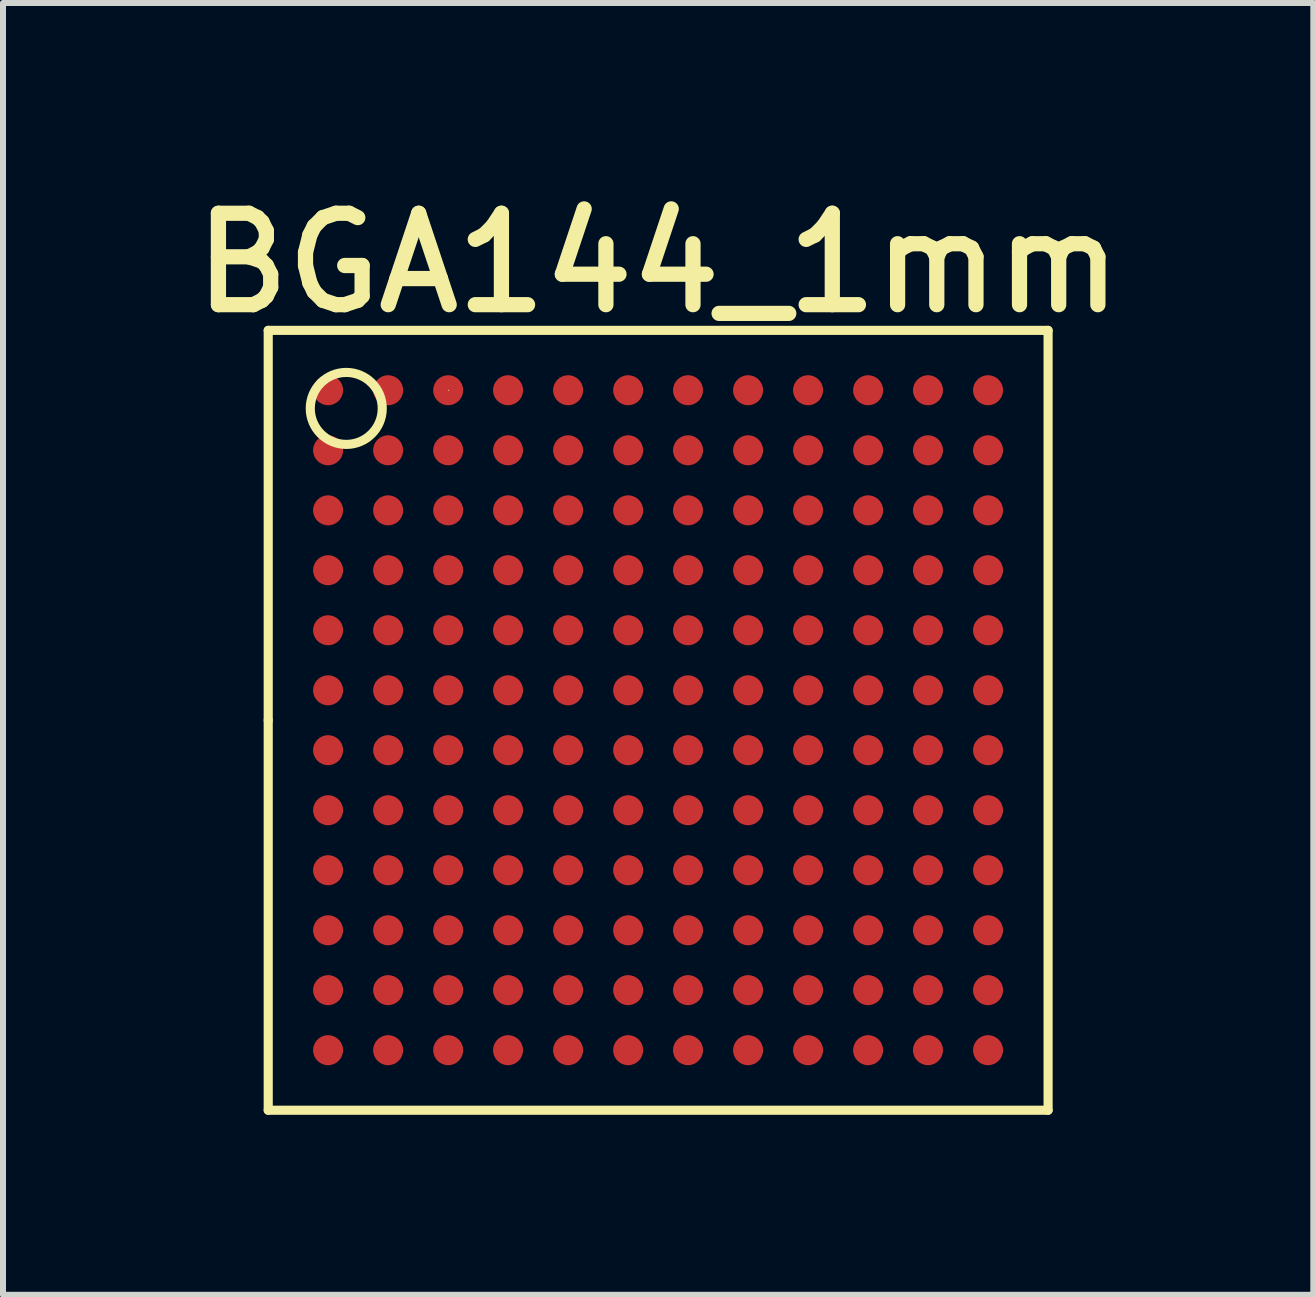
<source format=kicad_pcb>
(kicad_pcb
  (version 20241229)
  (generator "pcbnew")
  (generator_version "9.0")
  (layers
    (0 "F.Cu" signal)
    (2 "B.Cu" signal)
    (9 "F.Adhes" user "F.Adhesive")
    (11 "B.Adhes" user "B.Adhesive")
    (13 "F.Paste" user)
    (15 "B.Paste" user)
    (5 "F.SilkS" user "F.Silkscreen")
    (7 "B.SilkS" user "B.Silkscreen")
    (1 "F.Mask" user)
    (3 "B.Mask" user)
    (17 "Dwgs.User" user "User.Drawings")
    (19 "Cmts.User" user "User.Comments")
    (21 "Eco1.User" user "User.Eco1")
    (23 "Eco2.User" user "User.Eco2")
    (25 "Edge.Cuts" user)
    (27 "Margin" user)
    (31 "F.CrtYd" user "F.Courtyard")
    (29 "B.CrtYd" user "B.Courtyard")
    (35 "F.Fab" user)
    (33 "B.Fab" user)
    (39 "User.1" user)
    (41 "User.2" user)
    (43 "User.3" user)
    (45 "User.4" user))
  (footprint "BGA144_1mm"
    (layer "F.Cu")
    (at 7.921 8.957)
    (property "Reference" "BGA144_1mm" (at 0 -7.62 0) (layer "F.SilkS") (effects (font (size 1.524 1.524) (thickness 0.254))))
    (attr smd)
    (fp_line (start -6.5 -6.5) (end 6.5 -6.5) (stroke (width 0.152) (type solid)) (layer "F.SilkS"))
    (fp_line (start -6.5 0) (end -6.5 -6.5) (stroke (width 0.152) (type solid)) (layer "F.SilkS"))
    (fp_line (start -6.5 6.5) (end -6.5 0) (stroke (width 0.152) (type solid)) (layer "F.SilkS"))
    (fp_line (start -3.5 -5.502) (end -3.49 -5.502) (stroke (width 0.013) (type solid)) (layer "F.SilkS"))
    (fp_line (start 6.5 -6.5) (end 6.5 6.5) (stroke (width 0.152) (type solid)) (layer "F.SilkS"))
    (fp_line (start 6.5 6.5) (end -6.5 6.5) (stroke (width 0.152) (type solid)) (layer "F.SilkS"))
    (fp_circle (center -5.199 -5.199) (end -5.199 -5.799) (stroke (width 0.152) (type solid)) (fill no) (layer "F.SilkS"))
    (pad "A1" smd circle (at -5.502 -5.502) (size 0.5 0.5) (layers "F.Cu" "F.Mask" "F.Paste"))
    (pad "A2" smd circle (at -4.501 -5.502) (size 0.5 0.5) (layers "F.Cu" "F.Mask" "F.Paste"))
    (pad "A3" smd circle (at -3.5 -5.502) (size 0.5 0.5) (layers "F.Cu" "F.Mask" "F.Paste"))
    (pad "A4" smd circle (at -2.502 -5.502) (size 0.5 0.5) (layers "F.Cu" "F.Mask" "F.Paste"))
    (pad "A5" smd circle (at -1.501 -5.502) (size 0.5 0.5) (layers "F.Cu" "F.Mask" "F.Paste"))
    (pad "A6" smd circle (at -0.5 -5.502) (size 0.5 0.5) (layers "F.Cu" "F.Mask" "F.Paste"))
    (pad "A7" smd circle (at 0.498 -5.502) (size 0.5 0.5) (layers "F.Cu" "F.Mask" "F.Paste"))
    (pad "A8" smd circle (at 1.499 -5.502) (size 0.5 0.5) (layers "F.Cu" "F.Mask" "F.Paste"))
    (pad "A9" smd circle (at 2.499 -5.502) (size 0.5 0.5) (layers "F.Cu" "F.Mask" "F.Paste"))
    (pad "A10" smd circle (at 3.5 -5.502) (size 0.5 0.5) (layers "F.Cu" "F.Mask" "F.Paste"))
    (pad "A11" smd circle (at 4.498 -5.502) (size 0.5 0.5) (layers "F.Cu" "F.Mask" "F.Paste"))
    (pad "A12" smd circle (at 5.499 -5.502) (size 0.5 0.5) (layers "F.Cu" "F.Mask" "F.Paste"))
    (pad "B1" smd circle (at -5.502 -4.501) (size 0.5 0.5) (layers "F.Cu" "F.Mask" "F.Paste"))
    (pad "B2" smd circle (at -4.501 -4.501) (size 0.5 0.5) (layers "F.Cu" "F.Mask" "F.Paste"))
    (pad "B3" smd circle (at -3.5 -4.501) (size 0.5 0.5) (layers "F.Cu" "F.Mask" "F.Paste"))
    (pad "B4" smd circle (at -2.502 -4.501) (size 0.5 0.5) (layers "F.Cu" "F.Mask" "F.Paste"))
    (pad "B5" smd circle (at -1.501 -4.501) (size 0.5 0.5) (layers "F.Cu" "F.Mask" "F.Paste"))
    (pad "B6" smd circle (at -0.5 -4.501) (size 0.5 0.5) (layers "F.Cu" "F.Mask" "F.Paste"))
    (pad "B7" smd circle (at 0.498 -4.501) (size 0.5 0.5) (layers "F.Cu" "F.Mask" "F.Paste"))
    (pad "B8" smd circle (at 1.499 -4.501) (size 0.5 0.5) (layers "F.Cu" "F.Mask" "F.Paste"))
    (pad "B9" smd circle (at 2.499 -4.501) (size 0.5 0.5) (layers "F.Cu" "F.Mask" "F.Paste"))
    (pad "B10" smd circle (at 3.5 -4.501) (size 0.5 0.5) (layers "F.Cu" "F.Mask" "F.Paste"))
    (pad "B11" smd circle (at 4.498 -4.501) (size 0.5 0.5) (layers "F.Cu" "F.Mask" "F.Paste"))
    (pad "B12" smd circle (at 5.499 -4.501) (size 0.5 0.5) (layers "F.Cu" "F.Mask" "F.Paste"))
    (pad "C1" smd circle (at -5.502 -3.5) (size 0.5 0.5) (layers "F.Cu" "F.Mask" "F.Paste"))
    (pad "C2" smd circle (at -4.501 -3.5) (size 0.5 0.5) (layers "F.Cu" "F.Mask" "F.Paste"))
    (pad "C3" smd circle (at -3.5 -3.5) (size 0.5 0.5) (layers "F.Cu" "F.Mask" "F.Paste"))
    (pad "C4" smd circle (at -2.502 -3.5) (size 0.5 0.5) (layers "F.Cu" "F.Mask" "F.Paste"))
    (pad "C5" smd circle (at -1.501 -3.5) (size 0.5 0.5) (layers "F.Cu" "F.Mask" "F.Paste"))
    (pad "C6" smd circle (at -0.5 -3.5) (size 0.5 0.5) (layers "F.Cu" "F.Mask" "F.Paste"))
    (pad "C7" smd circle (at 0.498 -3.5) (size 0.5 0.5) (layers "F.Cu" "F.Mask" "F.Paste"))
    (pad "C8" smd circle (at 1.499 -3.5) (size 0.5 0.5) (layers "F.Cu" "F.Mask" "F.Paste"))
    (pad "C9" smd circle (at 2.499 -3.5) (size 0.5 0.5) (layers "F.Cu" "F.Mask" "F.Paste"))
    (pad "C10" smd circle (at 3.5 -3.5) (size 0.5 0.5) (layers "F.Cu" "F.Mask" "F.Paste"))
    (pad "C11" smd circle (at 4.498 -3.5) (size 0.5 0.5) (layers "F.Cu" "F.Mask" "F.Paste"))
    (pad "C12" smd circle (at 5.499 -3.5) (size 0.5 0.5) (layers "F.Cu" "F.Mask" "F.Paste"))
    (pad "D1" smd circle (at -5.502 -2.502) (size 0.5 0.5) (layers "F.Cu" "F.Mask" "F.Paste"))
    (pad "D2" smd circle (at -4.501 -2.502) (size 0.5 0.5) (layers "F.Cu" "F.Mask" "F.Paste"))
    (pad "D3" smd circle (at -3.5 -2.502) (size 0.5 0.5) (layers "F.Cu" "F.Mask" "F.Paste"))
    (pad "D4" smd circle (at -2.502 -2.502) (size 0.5 0.5) (layers "F.Cu" "F.Mask" "F.Paste"))
    (pad "D5" smd circle (at -1.501 -2.502) (size 0.5 0.5) (layers "F.Cu" "F.Mask" "F.Paste"))
    (pad "D6" smd circle (at -0.5 -2.502) (size 0.5 0.5) (layers "F.Cu" "F.Mask" "F.Paste"))
    (pad "D7" smd circle (at 0.498 -2.502) (size 0.5 0.5) (layers "F.Cu" "F.Mask" "F.Paste"))
    (pad "D8" smd circle (at 1.499 -2.502) (size 0.5 0.5) (layers "F.Cu" "F.Mask" "F.Paste"))
    (pad "D9" smd circle (at 2.499 -2.502) (size 0.5 0.5) (layers "F.Cu" "F.Mask" "F.Paste"))
    (pad "D10" smd circle (at 3.5 -2.502) (size 0.5 0.5) (layers "F.Cu" "F.Mask" "F.Paste"))
    (pad "D11" smd circle (at 4.498 -2.502) (size 0.5 0.5) (layers "F.Cu" "F.Mask" "F.Paste"))
    (pad "D12" smd circle (at 5.499 -2.502) (size 0.5 0.5) (layers "F.Cu" "F.Mask" "F.Paste"))
    (pad "E1" smd circle (at -5.502 -1.501) (size 0.5 0.5) (layers "F.Cu" "F.Mask" "F.Paste"))
    (pad "E2" smd circle (at -4.501 -1.501) (size 0.5 0.5) (layers "F.Cu" "F.Mask" "F.Paste"))
    (pad "E3" smd circle (at -3.5 -1.501) (size 0.5 0.5) (layers "F.Cu" "F.Mask" "F.Paste"))
    (pad "E4" smd circle (at -2.502 -1.501) (size 0.5 0.5) (layers "F.Cu" "F.Mask" "F.Paste"))
    (pad "E5" smd circle (at -1.501 -1.501) (size 0.5 0.5) (layers "F.Cu" "F.Mask" "F.Paste"))
    (pad "E6" smd circle (at -0.5 -1.501) (size 0.5 0.5) (layers "F.Cu" "F.Mask" "F.Paste"))
    (pad "E7" smd circle (at 0.498 -1.501) (size 0.5 0.5) (layers "F.Cu" "F.Mask" "F.Paste"))
    (pad "E8" smd circle (at 1.499 -1.501) (size 0.5 0.5) (layers "F.Cu" "F.Mask" "F.Paste"))
    (pad "E9" smd circle (at 2.499 -1.501) (size 0.5 0.5) (layers "F.Cu" "F.Mask" "F.Paste"))
    (pad "E10" smd circle (at 3.5 -1.501) (size 0.5 0.5) (layers "F.Cu" "F.Mask" "F.Paste"))
    (pad "E11" smd circle (at 4.498 -1.501) (size 0.5 0.5) (layers "F.Cu" "F.Mask" "F.Paste"))
    (pad "E12" smd circle (at 5.499 -1.501) (size 0.5 0.5) (layers "F.Cu" "F.Mask" "F.Paste"))
    (pad "F1" smd circle (at -5.502 -0.5) (size 0.5 0.5) (layers "F.Cu" "F.Mask" "F.Paste"))
    (pad "F2" smd circle (at -4.501 -0.5) (size 0.5 0.5) (layers "F.Cu" "F.Mask" "F.Paste"))
    (pad "F3" smd circle (at -3.5 -0.5) (size 0.5 0.5) (layers "F.Cu" "F.Mask" "F.Paste"))
    (pad "F4" smd circle (at -2.502 -0.5) (size 0.5 0.5) (layers "F.Cu" "F.Mask" "F.Paste"))
    (pad "F5" smd circle (at -1.501 -0.5) (size 0.5 0.5) (layers "F.Cu" "F.Mask" "F.Paste"))
    (pad "F6" smd circle (at -0.5 -0.5) (size 0.5 0.5) (layers "F.Cu" "F.Mask" "F.Paste"))
    (pad "F7" smd circle (at 0.498 -0.5) (size 0.5 0.5) (layers "F.Cu" "F.Mask" "F.Paste"))
    (pad "F8" smd circle (at 1.499 -0.5) (size 0.5 0.5) (layers "F.Cu" "F.Mask" "F.Paste"))
    (pad "F9" smd circle (at 2.499 -0.5) (size 0.5 0.5) (layers "F.Cu" "F.Mask" "F.Paste"))
    (pad "F10" smd circle (at 3.5 -0.5) (size 0.5 0.5) (layers "F.Cu" "F.Mask" "F.Paste"))
    (pad "F11" smd circle (at 4.498 -0.5) (size 0.5 0.5) (layers "F.Cu" "F.Mask" "F.Paste"))
    (pad "F12" smd circle (at 5.499 -0.5) (size 0.5 0.5) (layers "F.Cu" "F.Mask" "F.Paste"))
    (pad "G1" smd circle (at -5.502 0.498) (size 0.5 0.5) (layers "F.Cu" "F.Mask" "F.Paste"))
    (pad "G2" smd circle (at -4.501 0.498) (size 0.5 0.5) (layers "F.Cu" "F.Mask" "F.Paste"))
    (pad "G3" smd circle (at -3.5 0.498) (size 0.5 0.5) (layers "F.Cu" "F.Mask" "F.Paste"))
    (pad "G4" smd circle (at -2.502 0.498) (size 0.5 0.5) (layers "F.Cu" "F.Mask" "F.Paste"))
    (pad "G5" smd circle (at -1.501 0.498) (size 0.5 0.5) (layers "F.Cu" "F.Mask" "F.Paste"))
    (pad "G6" smd circle (at -0.5 0.498) (size 0.5 0.5) (layers "F.Cu" "F.Mask" "F.Paste"))
    (pad "G7" smd circle (at 0.498 0.498) (size 0.5 0.5) (layers "F.Cu" "F.Mask" "F.Paste"))
    (pad "G8" smd circle (at 1.499 0.498) (size 0.5 0.5) (layers "F.Cu" "F.Mask" "F.Paste"))
    (pad "G9" smd circle (at 2.499 0.498) (size 0.5 0.5) (layers "F.Cu" "F.Mask" "F.Paste"))
    (pad "G10" smd circle (at 3.5 0.498) (size 0.5 0.5) (layers "F.Cu" "F.Mask" "F.Paste"))
    (pad "G11" smd circle (at 4.498 0.498) (size 0.5 0.5) (layers "F.Cu" "F.Mask" "F.Paste"))
    (pad "G12" smd circle (at 5.499 0.498) (size 0.5 0.5) (layers "F.Cu" "F.Mask" "F.Paste"))
    (pad "H1" smd circle (at -5.502 1.499) (size 0.5 0.5) (layers "F.Cu" "F.Mask" "F.Paste"))
    (pad "H2" smd circle (at -4.501 1.499) (size 0.5 0.5) (layers "F.Cu" "F.Mask" "F.Paste"))
    (pad "H3" smd circle (at -3.5 1.499) (size 0.5 0.5) (layers "F.Cu" "F.Mask" "F.Paste"))
    (pad "H4" smd circle (at -2.502 1.499) (size 0.5 0.5) (layers "F.Cu" "F.Mask" "F.Paste"))
    (pad "H5" smd circle (at -1.501 1.499) (size 0.5 0.5) (layers "F.Cu" "F.Mask" "F.Paste"))
    (pad "H6" smd circle (at -0.5 1.499) (size 0.5 0.5) (layers "F.Cu" "F.Mask" "F.Paste"))
    (pad "H7" smd circle (at 0.498 1.499) (size 0.5 0.5) (layers "F.Cu" "F.Mask" "F.Paste"))
    (pad "H8" smd circle (at 1.499 1.499) (size 0.5 0.5) (layers "F.Cu" "F.Mask" "F.Paste"))
    (pad "H9" smd circle (at 2.499 1.499) (size 0.5 0.5) (layers "F.Cu" "F.Mask" "F.Paste"))
    (pad "H10" smd circle (at 3.5 1.499) (size 0.5 0.5) (layers "F.Cu" "F.Mask" "F.Paste"))
    (pad "H11" smd circle (at 4.498 1.499) (size 0.5 0.5) (layers "F.Cu" "F.Mask" "F.Paste"))
    (pad "H12" smd circle (at 5.499 1.499) (size 0.5 0.5) (layers "F.Cu" "F.Mask" "F.Paste"))
    (pad "J1" smd circle (at -5.502 2.499) (size 0.5 0.5) (layers "F.Cu" "F.Mask" "F.Paste"))
    (pad "J2" smd circle (at -4.501 2.499) (size 0.5 0.5) (layers "F.Cu" "F.Mask" "F.Paste"))
    (pad "J3" smd circle (at -3.5 2.499) (size 0.5 0.5) (layers "F.Cu" "F.Mask" "F.Paste"))
    (pad "J4" smd circle (at -2.502 2.499) (size 0.5 0.5) (layers "F.Cu" "F.Mask" "F.Paste"))
    (pad "J5" smd circle (at -1.501 2.499) (size 0.5 0.5) (layers "F.Cu" "F.Mask" "F.Paste"))
    (pad "J6" smd circle (at -0.5 2.499) (size 0.5 0.5) (layers "F.Cu" "F.Mask" "F.Paste"))
    (pad "J7" smd circle (at 0.498 2.499) (size 0.5 0.5) (layers "F.Cu" "F.Mask" "F.Paste"))
    (pad "J8" smd circle (at 1.499 2.499) (size 0.5 0.5) (layers "F.Cu" "F.Mask" "F.Paste"))
    (pad "J9" smd circle (at 2.499 2.499) (size 0.5 0.5) (layers "F.Cu" "F.Mask" "F.Paste"))
    (pad "J10" smd circle (at 3.5 2.499) (size 0.5 0.5) (layers "F.Cu" "F.Mask" "F.Paste"))
    (pad "J11" smd circle (at 4.498 2.499) (size 0.5 0.5) (layers "F.Cu" "F.Mask" "F.Paste"))
    (pad "J12" smd circle (at 5.499 2.499) (size 0.5 0.5) (layers "F.Cu" "F.Mask" "F.Paste"))
    (pad "K1" smd circle (at -5.502 3.5) (size 0.5 0.5) (layers "F.Cu" "F.Mask" "F.Paste"))
    (pad "K2" smd circle (at -4.501 3.5) (size 0.5 0.5) (layers "F.Cu" "F.Mask" "F.Paste"))
    (pad "K3" smd circle (at -3.5 3.5) (size 0.5 0.5) (layers "F.Cu" "F.Mask" "F.Paste"))
    (pad "K4" smd circle (at -2.502 3.5) (size 0.5 0.5) (layers "F.Cu" "F.Mask" "F.Paste"))
    (pad "K5" smd circle (at -1.501 3.5) (size 0.5 0.5) (layers "F.Cu" "F.Mask" "F.Paste"))
    (pad "K6" smd circle (at -0.5 3.5) (size 0.5 0.5) (layers "F.Cu" "F.Mask" "F.Paste"))
    (pad "K7" smd circle (at 0.498 3.5) (size 0.5 0.5) (layers "F.Cu" "F.Mask" "F.Paste"))
    (pad "K8" smd circle (at 1.499 3.5) (size 0.5 0.5) (layers "F.Cu" "F.Mask" "F.Paste"))
    (pad "K9" smd circle (at 2.499 3.5) (size 0.5 0.5) (layers "F.Cu" "F.Mask" "F.Paste"))
    (pad "K10" smd circle (at 3.5 3.5) (size 0.5 0.5) (layers "F.Cu" "F.Mask" "F.Paste"))
    (pad "K11" smd circle (at 4.498 3.5) (size 0.5 0.5) (layers "F.Cu" "F.Mask" "F.Paste"))
    (pad "K12" smd circle (at 5.499 3.5) (size 0.5 0.5) (layers "F.Cu" "F.Mask" "F.Paste"))
    (pad "L1" smd circle (at -5.502 4.498) (size 0.5 0.5) (layers "F.Cu" "F.Mask" "F.Paste"))
    (pad "L2" smd circle (at -4.501 4.498) (size 0.5 0.5) (layers "F.Cu" "F.Mask" "F.Paste"))
    (pad "L3" smd circle (at -3.5 4.498) (size 0.5 0.5) (layers "F.Cu" "F.Mask" "F.Paste"))
    (pad "L4" smd circle (at -2.502 4.498) (size 0.5 0.5) (layers "F.Cu" "F.Mask" "F.Paste"))
    (pad "L5" smd circle (at -1.501 4.498) (size 0.5 0.5) (layers "F.Cu" "F.Mask" "F.Paste"))
    (pad "L6" smd circle (at -0.5 4.498) (size 0.5 0.5) (layers "F.Cu" "F.Mask" "F.Paste"))
    (pad "L7" smd circle (at 0.498 4.498) (size 0.5 0.5) (layers "F.Cu" "F.Mask" "F.Paste"))
    (pad "L8" smd circle (at 1.499 4.498) (size 0.5 0.5) (layers "F.Cu" "F.Mask" "F.Paste"))
    (pad "L9" smd circle (at 2.499 4.498) (size 0.5 0.5) (layers "F.Cu" "F.Mask" "F.Paste"))
    (pad "L10" smd circle (at 3.5 4.498) (size 0.5 0.5) (layers "F.Cu" "F.Mask" "F.Paste"))
    (pad "L11" smd circle (at 4.498 4.498) (size 0.5 0.5) (layers "F.Cu" "F.Mask" "F.Paste"))
    (pad "L12" smd circle (at 5.499 4.498) (size 0.5 0.5) (layers "F.Cu" "F.Mask" "F.Paste"))
    (pad "M1" smd circle (at -5.502 5.499) (size 0.5 0.5) (layers "F.Cu" "F.Mask" "F.Paste"))
    (pad "M2" smd circle (at -4.501 5.499) (size 0.5 0.5) (layers "F.Cu" "F.Mask" "F.Paste"))
    (pad "M3" smd circle (at -3.5 5.499) (size 0.5 0.5) (layers "F.Cu" "F.Mask" "F.Paste"))
    (pad "M4" smd circle (at -2.502 5.499) (size 0.5 0.5) (layers "F.Cu" "F.Mask" "F.Paste"))
    (pad "M5" smd circle (at -1.501 5.499) (size 0.5 0.5) (layers "F.Cu" "F.Mask" "F.Paste"))
    (pad "M6" smd circle (at -0.5 5.499) (size 0.5 0.5) (layers "F.Cu" "F.Mask" "F.Paste"))
    (pad "M7" smd circle (at 0.498 5.499) (size 0.5 0.5) (layers "F.Cu" "F.Mask" "F.Paste"))
    (pad "M8" smd circle (at 1.499 5.499) (size 0.5 0.5) (layers "F.Cu" "F.Mask" "F.Paste"))
    (pad "M9" smd circle (at 2.499 5.499) (size 0.5 0.5) (layers "F.Cu" "F.Mask" "F.Paste"))
    (pad "M10" smd circle (at 3.5 5.499) (size 0.5 0.5) (layers "F.Cu" "F.Mask" "F.Paste"))
    (pad "M11" smd circle (at 4.498 5.499) (size 0.5 0.5) (layers "F.Cu" "F.Mask" "F.Paste"))
    (pad "M12" smd circle (at 5.499 5.499) (size 0.5 0.5) (layers "F.Cu" "F.Mask" "F.Paste")))
  (gr_rect
    (start -3 -3)
    (end 18.842 18.533)
    (stroke (width 0.1) (type default))
    (fill no)
    (layer "Edge.Cuts")))
</source>
